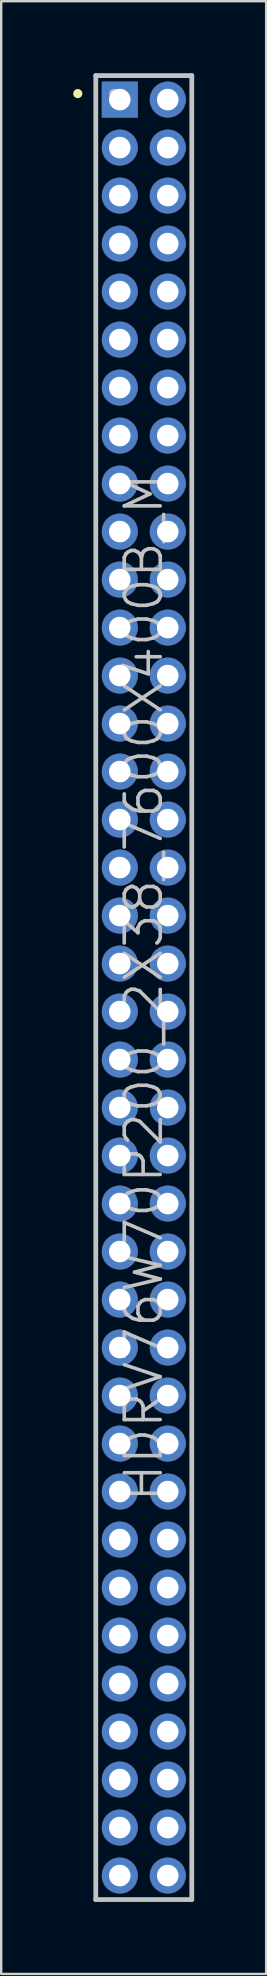
<source format=kicad_pcb>
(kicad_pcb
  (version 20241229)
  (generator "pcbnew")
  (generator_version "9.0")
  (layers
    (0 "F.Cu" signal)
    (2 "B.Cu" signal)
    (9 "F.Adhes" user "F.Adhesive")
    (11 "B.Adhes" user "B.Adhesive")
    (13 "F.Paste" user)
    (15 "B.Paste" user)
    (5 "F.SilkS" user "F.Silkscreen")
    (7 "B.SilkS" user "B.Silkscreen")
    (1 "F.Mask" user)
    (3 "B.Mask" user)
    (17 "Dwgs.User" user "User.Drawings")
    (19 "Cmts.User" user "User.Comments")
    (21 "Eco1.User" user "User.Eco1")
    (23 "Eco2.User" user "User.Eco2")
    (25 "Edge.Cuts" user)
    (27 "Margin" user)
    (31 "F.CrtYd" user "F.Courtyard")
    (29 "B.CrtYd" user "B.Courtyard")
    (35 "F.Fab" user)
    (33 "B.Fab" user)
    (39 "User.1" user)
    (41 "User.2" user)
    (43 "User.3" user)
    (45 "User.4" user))
  (footprint "HDRV76W70P200_2X38_7600X400B_M"
    (layer "F.Cu")
    (at 2.941 38.1)
    (property "Reference" "HDRV76W70P200_2X38_7600X400B_M" (at 0 0 90) (layer "Dwgs.User") (effects (font (size 1.5 1.5) (thickness 0.15))))
    (attr through_hole)
    (fp_line (start -2.75 -37.25) (end -2.75 -37.25) (stroke (width 0.381) (type solid)) (layer "F.SilkS"))
    (fp_line (start -2 -38) (end -2 38) (stroke (width 0.2) (type solid)) (layer "Dwgs.User"))
    (fp_line (start -2 -38) (end 2 -38) (stroke (width 0.2) (type solid)) (layer "Dwgs.User"))
    (fp_line (start -2 38) (end 2 38) (stroke (width 0.2) (type solid)) (layer "Dwgs.User"))
    (fp_line (start -1.25 -37.25) (end -1.25 -37.25) (stroke (width 0.381) (type solid)) (layer "Dwgs.User"))
    (fp_line (start 2 -38) (end 2 38) (stroke (width 0.2) (type solid)) (layer "Dwgs.User"))
    (pad "1" thru_hole rect (at -1 -37) (size 1.5 1.5) (drill 0.9) (layers "*.Cu" "*.Mask"))
    (pad "2" thru_hole circle (at 1 -37 270) (size 1.5 1.5) (drill 0.9) (layers "*.Cu" "*.Mask"))
    (pad "3" thru_hole circle (at -1 -35 270) (size 1.5 1.5) (drill 0.9) (layers "*.Cu" "*.Mask"))
    (pad "4" thru_hole circle (at 1 -35 270) (size 1.5 1.5) (drill 0.9) (layers "*.Cu" "*.Mask"))
    (pad "5" thru_hole circle (at -1 -33 270) (size 1.5 1.5) (drill 0.9) (layers "*.Cu" "*.Mask"))
    (pad "6" thru_hole circle (at 1 -33 270) (size 1.5 1.5) (drill 0.9) (layers "*.Cu" "*.Mask"))
    (pad "7" thru_hole circle (at -1 -31 270) (size 1.5 1.5) (drill 0.9) (layers "*.Cu" "*.Mask"))
    (pad "8" thru_hole circle (at 1 -31 270) (size 1.5 1.5) (drill 0.9) (layers "*.Cu" "*.Mask"))
    (pad "9" thru_hole circle (at -1 -29 270) (size 1.5 1.5) (drill 0.9) (layers "*.Cu" "*.Mask"))
    (pad "10" thru_hole circle (at 1 -29 270) (size 1.5 1.5) (drill 0.9) (layers "*.Cu" "*.Mask"))
    (pad "11" thru_hole circle (at -1 -27 270) (size 1.5 1.5) (drill 0.9) (layers "*.Cu" "*.Mask"))
    (pad "12" thru_hole circle (at 1 -27 270) (size 1.5 1.5) (drill 0.9) (layers "*.Cu" "*.Mask"))
    (pad "13" thru_hole circle (at -1 -25 270) (size 1.5 1.5) (drill 0.9) (layers "*.Cu" "*.Mask"))
    (pad "14" thru_hole circle (at 1 -25 270) (size 1.5 1.5) (drill 0.9) (layers "*.Cu" "*.Mask"))
    (pad "15" thru_hole circle (at -1 -23 270) (size 1.5 1.5) (drill 0.9) (layers "*.Cu" "*.Mask"))
    (pad "16" thru_hole circle (at 1 -23 270) (size 1.5 1.5) (drill 0.9) (layers "*.Cu" "*.Mask"))
    (pad "17" thru_hole circle (at -1 -21 270) (size 1.5 1.5) (drill 0.9) (layers "*.Cu" "*.Mask"))
    (pad "18" thru_hole circle (at 1 -21 270) (size 1.5 1.5) (drill 0.9) (layers "*.Cu" "*.Mask"))
    (pad "19" thru_hole circle (at -1 -19 270) (size 1.5 1.5) (drill 0.9) (layers "*.Cu" "*.Mask"))
    (pad "20" thru_hole circle (at 1 -19 270) (size 1.5 1.5) (drill 0.9) (layers "*.Cu" "*.Mask"))
    (pad "21" thru_hole circle (at -1 -17 270) (size 1.5 1.5) (drill 0.9) (layers "*.Cu" "*.Mask"))
    (pad "22" thru_hole circle (at 1 -17 270) (size 1.5 1.5) (drill 0.9) (layers "*.Cu" "*.Mask"))
    (pad "23" thru_hole circle (at -1 -15 270) (size 1.5 1.5) (drill 0.9) (layers "*.Cu" "*.Mask"))
    (pad "24" thru_hole circle (at 1 -15 270) (size 1.5 1.5) (drill 0.9) (layers "*.Cu" "*.Mask"))
    (pad "25" thru_hole circle (at -1 -13 270) (size 1.5 1.5) (drill 0.9) (layers "*.Cu" "*.Mask"))
    (pad "26" thru_hole circle (at 1 -13 270) (size 1.5 1.5) (drill 0.9) (layers "*.Cu" "*.Mask"))
    (pad "27" thru_hole circle (at -1 -11 270) (size 1.5 1.5) (drill 0.9) (layers "*.Cu" "*.Mask"))
    (pad "28" thru_hole circle (at 1 -11 270) (size 1.5 1.5) (drill 0.9) (layers "*.Cu" "*.Mask"))
    (pad "29" thru_hole circle (at -1 -9 270) (size 1.5 1.5) (drill 0.9) (layers "*.Cu" "*.Mask"))
    (pad "30" thru_hole circle (at 1 -9 270) (size 1.5 1.5) (drill 0.9) (layers "*.Cu" "*.Mask"))
    (pad "31" thru_hole circle (at -1 -7 270) (size 1.5 1.5) (drill 0.9) (layers "*.Cu" "*.Mask"))
    (pad "32" thru_hole circle (at 1 -7 270) (size 1.5 1.5) (drill 0.9) (layers "*.Cu" "*.Mask"))
    (pad "33" thru_hole circle (at -1 -5 270) (size 1.5 1.5) (drill 0.9) (layers "*.Cu" "*.Mask"))
    (pad "34" thru_hole circle (at 1 -5 270) (size 1.5 1.5) (drill 0.9) (layers "*.Cu" "*.Mask"))
    (pad "35" thru_hole circle (at -1 -3 270) (size 1.5 1.5) (drill 0.9) (layers "*.Cu" "*.Mask"))
    (pad "36" thru_hole circle (at 1 -3 270) (size 1.5 1.5) (drill 0.9) (layers "*.Cu" "*.Mask"))
    (pad "37" thru_hole circle (at -1 -1 270) (size 1.5 1.5) (drill 0.9) (layers "*.Cu" "*.Mask"))
    (pad "38" thru_hole circle (at 1 -1 270) (size 1.5 1.5) (drill 0.9) (layers "*.Cu" "*.Mask"))
    (pad "39" thru_hole circle (at -1 1 270) (size 1.5 1.5) (drill 0.9) (layers "*.Cu" "*.Mask"))
    (pad "40" thru_hole circle (at 1 1 270) (size 1.5 1.5) (drill 0.9) (layers "*.Cu" "*.Mask"))
    (pad "41" thru_hole circle (at -1 3 270) (size 1.5 1.5) (drill 0.9) (layers "*.Cu" "*.Mask"))
    (pad "42" thru_hole circle (at 1 3 270) (size 1.5 1.5) (drill 0.9) (layers "*.Cu" "*.Mask"))
    (pad "43" thru_hole circle (at -1 5 270) (size 1.5 1.5) (drill 0.9) (layers "*.Cu" "*.Mask"))
    (pad "44" thru_hole circle (at 1 5 270) (size 1.5 1.5) (drill 0.9) (layers "*.Cu" "*.Mask"))
    (pad "45" thru_hole circle (at -1 7 270) (size 1.5 1.5) (drill 0.9) (layers "*.Cu" "*.Mask"))
    (pad "46" thru_hole circle (at 1 7 270) (size 1.5 1.5) (drill 0.9) (layers "*.Cu" "*.Mask"))
    (pad "47" thru_hole circle (at -1 9 270) (size 1.5 1.5) (drill 0.9) (layers "*.Cu" "*.Mask"))
    (pad "48" thru_hole circle (at 1 9 270) (size 1.5 1.5) (drill 0.9) (layers "*.Cu" "*.Mask"))
    (pad "49" thru_hole circle (at -1 11 270) (size 1.5 1.5) (drill 0.9) (layers "*.Cu" "*.Mask"))
    (pad "50" thru_hole circle (at 1 11 270) (size 1.5 1.5) (drill 0.9) (layers "*.Cu" "*.Mask"))
    (pad "51" thru_hole circle (at -1 13 270) (size 1.5 1.5) (drill 0.9) (layers "*.Cu" "*.Mask"))
    (pad "52" thru_hole circle (at 1 13 270) (size 1.5 1.5) (drill 0.9) (layers "*.Cu" "*.Mask"))
    (pad "53" thru_hole circle (at -1 15 270) (size 1.5 1.5) (drill 0.9) (layers "*.Cu" "*.Mask"))
    (pad "54" thru_hole circle (at 1 15 270) (size 1.5 1.5) (drill 0.9) (layers "*.Cu" "*.Mask"))
    (pad "55" thru_hole circle (at -1 17 270) (size 1.5 1.5) (drill 0.9) (layers "*.Cu" "*.Mask"))
    (pad "56" thru_hole circle (at 1 17 270) (size 1.5 1.5) (drill 0.9) (layers "*.Cu" "*.Mask"))
    (pad "57" thru_hole circle (at -1 19 270) (size 1.5 1.5) (drill 0.9) (layers "*.Cu" "*.Mask"))
    (pad "58" thru_hole circle (at 1 19 270) (size 1.5 1.5) (drill 0.9) (layers "*.Cu" "*.Mask"))
    (pad "59" thru_hole circle (at -1 21 270) (size 1.5 1.5) (drill 0.9) (layers "*.Cu" "*.Mask"))
    (pad "60" thru_hole circle (at 1 21 270) (size 1.5 1.5) (drill 0.9) (layers "*.Cu" "*.Mask"))
    (pad "61" thru_hole circle (at -1 23 270) (size 1.5 1.5) (drill 0.9) (layers "*.Cu" "*.Mask"))
    (pad "62" thru_hole circle (at 1 23 270) (size 1.5 1.5) (drill 0.9) (layers "*.Cu" "*.Mask"))
    (pad "63" thru_hole circle (at -1 25 270) (size 1.5 1.5) (drill 0.9) (layers "*.Cu" "*.Mask"))
    (pad "64" thru_hole circle (at 1 25 270) (size 1.5 1.5) (drill 0.9) (layers "*.Cu" "*.Mask"))
    (pad "65" thru_hole circle (at -1 27 270) (size 1.5 1.5) (drill 0.9) (layers "*.Cu" "*.Mask"))
    (pad "66" thru_hole circle (at 1 27 270) (size 1.5 1.5) (drill 0.9) (layers "*.Cu" "*.Mask"))
    (pad "67" thru_hole circle (at -1 29 270) (size 1.5 1.5) (drill 0.9) (layers "*.Cu" "*.Mask"))
    (pad "68" thru_hole circle (at 1 29 270) (size 1.5 1.5) (drill 0.9) (layers "*.Cu" "*.Mask"))
    (pad "69" thru_hole circle (at -1 31 270) (size 1.5 1.5) (drill 0.9) (layers "*.Cu" "*.Mask"))
    (pad "70" thru_hole circle (at 1 31 270) (size 1.5 1.5) (drill 0.9) (layers "*.Cu" "*.Mask"))
    (pad "71" thru_hole circle (at -1 33 270) (size 1.5 1.5) (drill 0.9) (layers "*.Cu" "*.Mask"))
    (pad "72" thru_hole circle (at 1 33 270) (size 1.5 1.5) (drill 0.9) (layers "*.Cu" "*.Mask"))
    (pad "73" thru_hole circle (at -1 35 270) (size 1.5 1.5) (drill 0.9) (layers "*.Cu" "*.Mask"))
    (pad "74" thru_hole circle (at 1 35 270) (size 1.5 1.5) (drill 0.9) (layers "*.Cu" "*.Mask"))
    (pad "75" thru_hole circle (at -1 37 270) (size 1.5 1.5) (drill 0.9) (layers "*.Cu" "*.Mask"))
    (pad "76" thru_hole circle (at 1 37 270) (size 1.5 1.5) (drill 0.9) (layers "*.Cu" "*.Mask")))
  (gr_rect
    (start -3 -3)
    (end 8.04 79.2)
    (stroke (width 0.1) (type default))
    (fill no)
    (layer "Edge.Cuts")))
</source>
